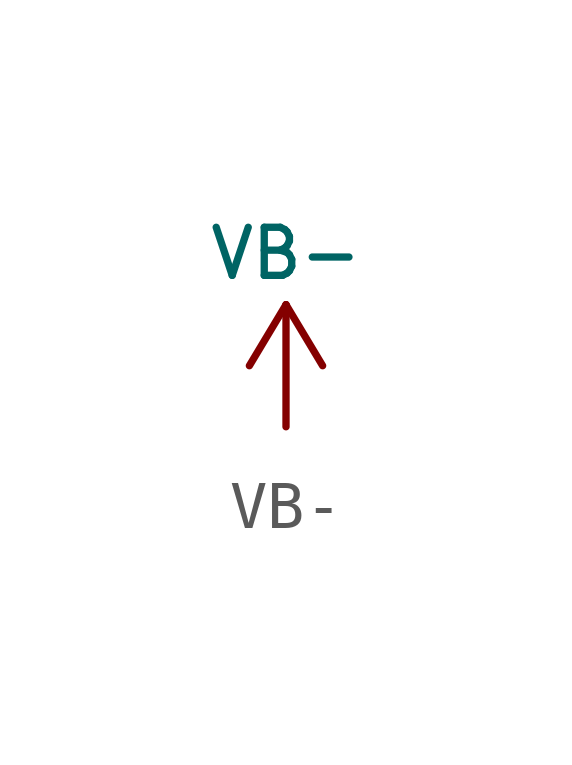
<source format=kicad_sym>
(kicad_symbol_lib
  (version 20241209)
  (generator "kicad_symbol_editor")
  (generator_version "9.0")
  (symbol "VB-"
    (power)
    (pin_names
      (offset 0))
    (property "Reference" "#PWR?"
      (at 0 -3.81 0)
      (effects (font (size 1.27 1.27)) (hide yes)))
    (property "Value" "VB-"
      (at 0 3.605 0)
      (effects (font (size 1 1))))
    (symbol "VB-_0_1"
      (polyline (pts (xy -0.762 1.27) (xy 0 2.54)) (stroke (width 0) (type default)) (fill (type none)))
      (polyline (pts (xy 0 2.54) (xy 0.762 1.27)) (stroke (width 0) (type default)) (fill (type none)))
      (polyline (pts (xy 0 0) (xy 0 2.54)) (stroke (width 0) (type default)) (fill (type none))))
    (symbol "VB-_1_1"
      (pin power_in line (at 0 0 90) (length 0) (hide yes) (name "VB-" (effects (font (size 1.27 1.27)))) (number "1" (effects (font (size 1.27 1.27))))))))
</source>
